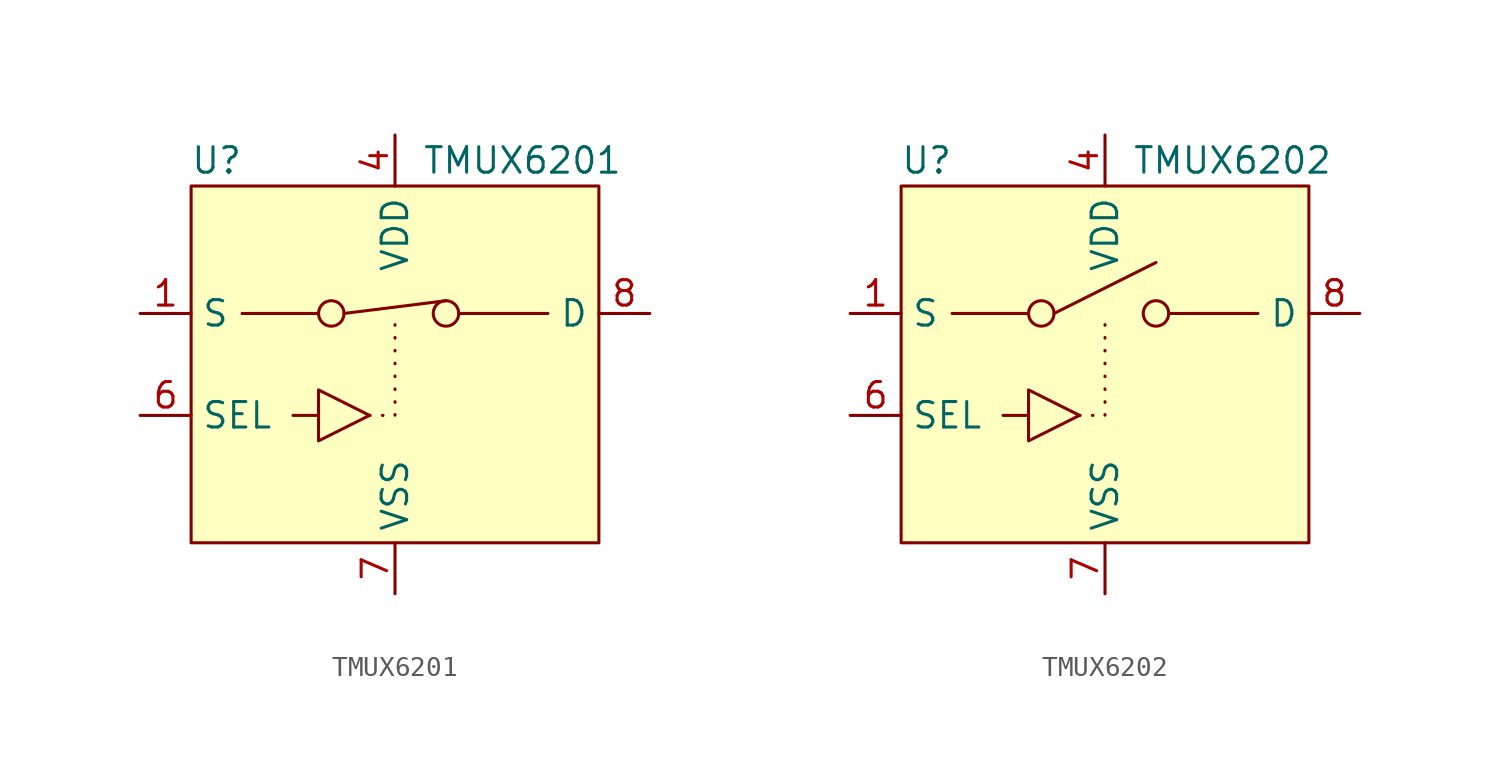
<source format=kicad_sym>
(kicad_symbol_lib
  (version 20231120)
  (generator "kicad_symbol_editor")
  (generator_version "8.0")
  (symbol "TMUX6201"
    (property "Reference" "U"
      (at -8.89 7.62 0)
      (effects (font (size 1.27 1.27))))
    (property "Value" "TMUX6201"
      (at 6.35 7.62 0)
      (effects (font (size 1.27 1.27))))
    (symbol "TMUX6201_0_1"
      (circle (center -3.175 0) (radius 0.635) (stroke (width 0) (type default)) (fill (type none)))
      (polyline (pts (xy -3.81 -5.08) (xy -5.08 -5.08)) (stroke (width 0) (type default)) (fill (type none)))
      (polyline (pts (xy -3.81 0) (xy -7.62 0)) (stroke (width 0) (type default)) (fill (type none)))
      (polyline (pts (xy -2.54 0) (xy 2.54 0.635)) (stroke (width 0) (type default)) (fill (type none)))
      (polyline (pts (xy 3.175 0) (xy 7.62 0)) (stroke (width 0) (type default)) (fill (type none)))
      (polyline (pts (xy -3.81 -3.81) (xy -1.27 -5.08) (xy -3.81 -6.35) (xy -3.81 -3.81)) (stroke (width 0) (type default)) (fill (type none)))
      (circle (center 2.54 0) (radius 0.635) (stroke (width 0) (type default)) (fill (type none))))
    (symbol "TMUX6201_1_1"
      (rectangle (start -10.16 6.35) (end 10.16 -11.43) (stroke (width 0) (type default)) (fill (type background)))
      (polyline (pts (xy -1.27 -5.08) (xy 0 -5.08) (xy 0 0)) (stroke (width 0) (type dot)) (fill (type none)))
      (pin passive line (at -12.7 0 0) (length 2.54) (name "S" (effects (font (size 1.27 1.27)))) (number "1" (effects (font (size 1.27 1.27)))))
      (pin power_in line (at 0 8.89 270) (length 2.54) (name "VDD" (effects (font (size 1.27 1.27)))) (number "4" (effects (font (size 1.27 1.27)))))
      (pin passive line (at -12.7 -5.08 0) (length 2.54) (name "SEL" (effects (font (size 1.27 1.27)))) (number "6" (effects (font (size 1.27 1.27)))))
      (pin power_in line (at 0 -13.97 90) (length 2.54) (name "VSS" (effects (font (size 1.27 1.27)))) (number "7" (effects (font (size 1.27 1.27)))))
      (pin passive line (at 12.7 0 180) (length 2.54) (name "D" (effects (font (size 1.27 1.27)))) (number "8" (effects (font (size 1.27 1.27)))))))
  (symbol "TMUX6202"
    (property "Reference" "U"
      (at -8.89 7.62 0)
      (effects (font (size 1.27 1.27))))
    (property "Value" "TMUX6202"
      (at 6.35 7.62 0)
      (effects (font (size 1.27 1.27))))
    (symbol "TMUX6202_0_1"
      (circle (center -3.175 0) (radius 0.635) (stroke (width 0) (type default)) (fill (type none)))
      (polyline (pts (xy -3.81 -5.08) (xy -5.08 -5.08)) (stroke (width 0) (type default)) (fill (type none)))
      (polyline (pts (xy -3.81 0) (xy -7.62 0)) (stroke (width 0) (type default)) (fill (type none)))
      (polyline (pts (xy -2.54 0) (xy 2.54 2.54)) (stroke (width 0) (type default)) (fill (type none)))
      (polyline (pts (xy 3.175 0) (xy 7.62 0)) (stroke (width 0) (type default)) (fill (type none)))
      (polyline (pts (xy -3.81 -3.81) (xy -1.27 -5.08) (xy -3.81 -6.35) (xy -3.81 -3.81)) (stroke (width 0) (type default)) (fill (type none)))
      (circle (center 2.54 0) (radius 0.635) (stroke (width 0) (type default)) (fill (type none))))
    (symbol "TMUX6202_1_1"
      (rectangle (start -10.16 6.35) (end 10.16 -11.43) (stroke (width 0) (type default)) (fill (type background)))
      (polyline (pts (xy -1.27 -5.08) (xy 0 -5.08) (xy 0 0)) (stroke (width 0) (type dot)) (fill (type none)))
      (pin passive line (at -12.7 0 0) (length 2.54) (name "S" (effects (font (size 1.27 1.27)))) (number "1" (effects (font (size 1.27 1.27)))))
      (pin power_in line (at 0 8.89 270) (length 2.54) (name "VDD" (effects (font (size 1.27 1.27)))) (number "4" (effects (font (size 1.27 1.27)))))
      (pin passive line (at -12.7 -5.08 0) (length 2.54) (name "SEL" (effects (font (size 1.27 1.27)))) (number "6" (effects (font (size 1.27 1.27)))))
      (pin power_in line (at 0 -13.97 90) (length 2.54) (name "VSS" (effects (font (size 1.27 1.27)))) (number "7" (effects (font (size 1.27 1.27)))))
      (pin passive line (at 12.7 0 180) (length 2.54) (name "D" (effects (font (size 1.27 1.27)))) (number "8" (effects (font (size 1.27 1.27))))))))
</source>
